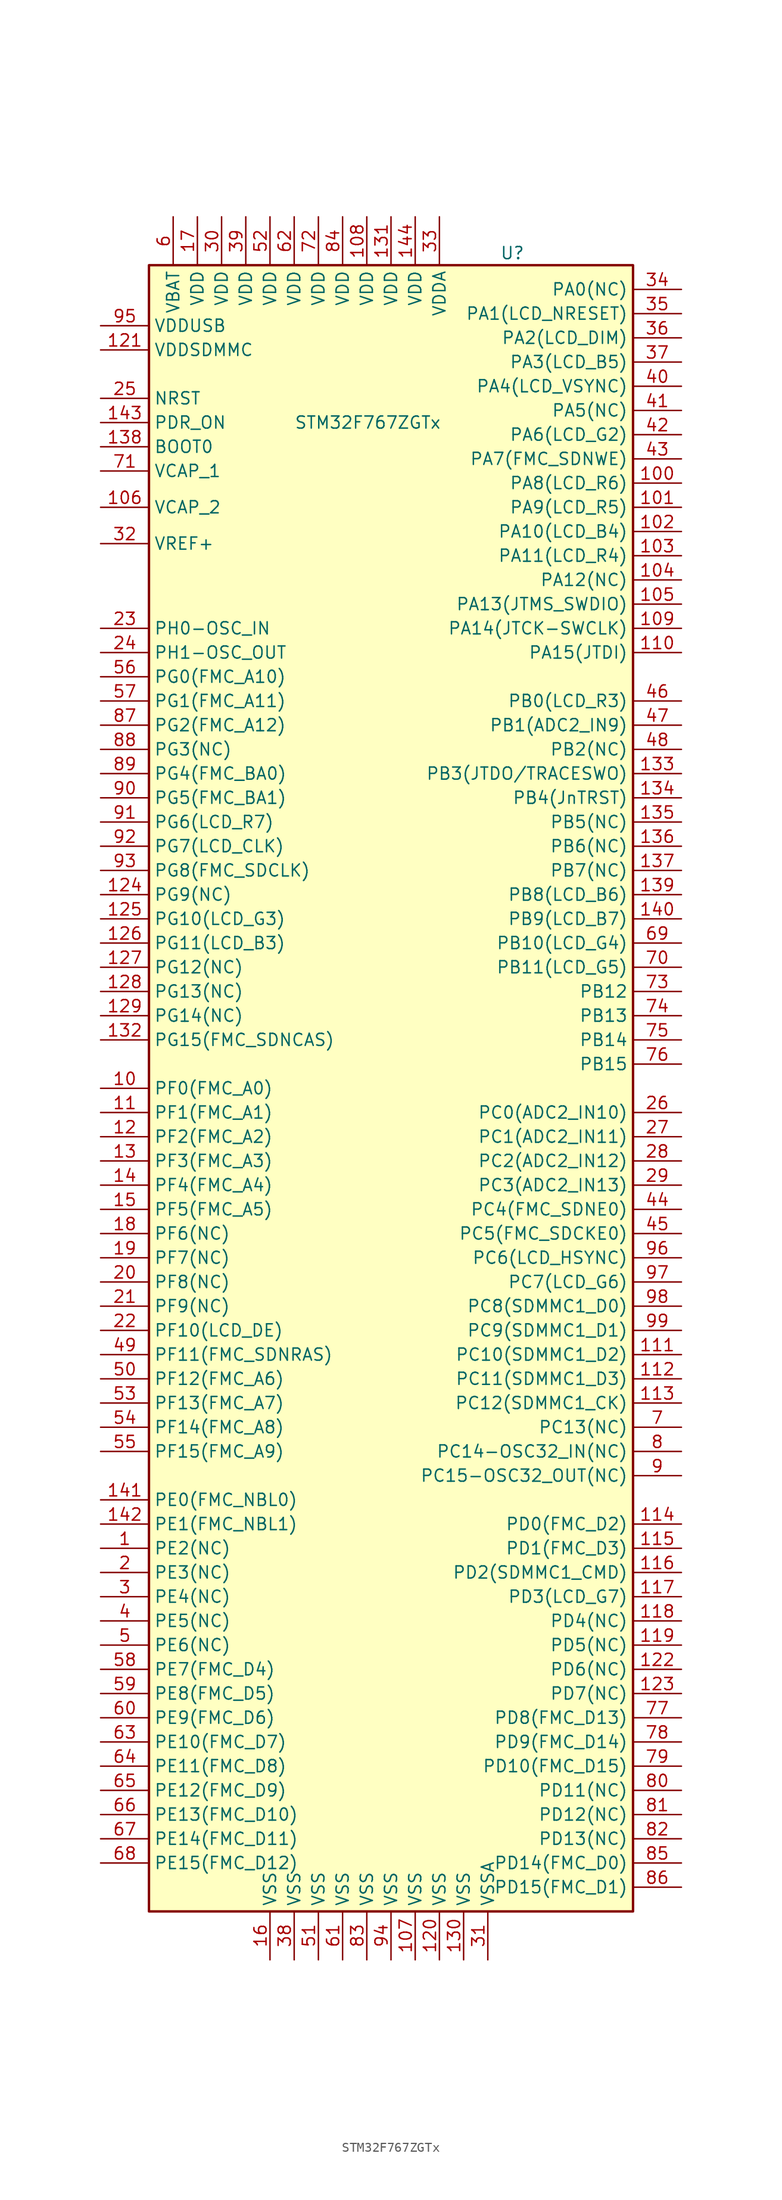
<source format=kicad_sym>
(kicad_symbol_lib
  (version 20201005)
  (generator kicad_symbol_editor)
  (symbol "STM32F767ZGTx"
    (property "Reference" "U"
      (at 11.43 87.63 0)
      (effects (font (size 1.27 1.27)) (justify left)))
    (property "Value" "STM32F767ZGTx"
      (at -10.16 69.85 0)
      (effects (font (size 1.27 1.27)) (justify left)))
    (symbol "STM32F767ZGTx_0_1"
      (rectangle (start -25.4 -86.36) (end 25.4 86.36) (stroke (width 0.254)) (fill (type background))))
    (symbol "STM32F767ZGTx_1_1"
      (pin bidirectional line (at -30.48 -48.26 0) (length 5.08) (name "PE2(NC)" (effects (font (size 1.27 1.27)))) (number "1" (effects (font (size 1.27 1.27)))))
      (pin bidirectional line (at -30.48 0 0) (length 5.08) (name "PF0(FMC_A0)" (effects (font (size 1.27 1.27)))) (number "10" (effects (font (size 1.27 1.27)))))
      (pin bidirectional line (at 30.48 63.5 180) (length 5.08) (name "PA8(LCD_R6)" (effects (font (size 1.27 1.27)))) (number "100" (effects (font (size 1.27 1.27)))))
      (pin bidirectional line (at 30.48 60.96 180) (length 5.08) (name "PA9(LCD_R5)" (effects (font (size 1.27 1.27)))) (number "101" (effects (font (size 1.27 1.27)))))
      (pin bidirectional line (at 30.48 58.42 180) (length 5.08) (name "PA10(LCD_B4)" (effects (font (size 1.27 1.27)))) (number "102" (effects (font (size 1.27 1.27)))))
      (pin bidirectional line (at 30.48 55.88 180) (length 5.08) (name "PA11(LCD_R4)" (effects (font (size 1.27 1.27)))) (number "103" (effects (font (size 1.27 1.27)))))
      (pin bidirectional line (at 30.48 53.34 180) (length 5.08) (name "PA12(NC)" (effects (font (size 1.27 1.27)))) (number "104" (effects (font (size 1.27 1.27)))))
      (pin bidirectional line (at 30.48 50.8 180) (length 5.08) (name "PA13(JTMS_SWDIO)" (effects (font (size 1.27 1.27)))) (number "105" (effects (font (size 1.27 1.27)))))
      (pin power_in line (at -30.48 60.96 0) (length 5.08) (name "VCAP_2" (effects (font (size 1.27 1.27)))) (number "106" (effects (font (size 1.27 1.27)))))
      (pin power_in line (at 2.54 -91.44 90) (length 5.08) (name "VSS" (effects (font (size 1.27 1.27)))) (number "107" (effects (font (size 1.27 1.27)))))
      (pin power_in line (at -2.54 91.44 270) (length 5.08) (name "VDD" (effects (font (size 1.27 1.27)))) (number "108" (effects (font (size 1.27 1.27)))))
      (pin bidirectional line (at 30.48 48.26 180) (length 5.08) (name "PA14(JTCK-SWCLK)" (effects (font (size 1.27 1.27)))) (number "109" (effects (font (size 1.27 1.27)))))
      (pin bidirectional line (at -30.48 -2.54 0) (length 5.08) (name "PF1(FMC_A1)" (effects (font (size 1.27 1.27)))) (number "11" (effects (font (size 1.27 1.27)))))
      (pin bidirectional line (at 30.48 45.72 180) (length 5.08) (name "PA15(JTDI)" (effects (font (size 1.27 1.27)))) (number "110" (effects (font (size 1.27 1.27)))))
      (pin bidirectional line (at 30.48 -27.94 180) (length 5.08) (name "PC10(SDMMC1_D2)" (effects (font (size 1.27 1.27)))) (number "111" (effects (font (size 1.27 1.27)))))
      (pin bidirectional line (at 30.48 -30.48 180) (length 5.08) (name "PC11(SDMMC1_D3)" (effects (font (size 1.27 1.27)))) (number "112" (effects (font (size 1.27 1.27)))))
      (pin bidirectional line (at 30.48 -33.02 180) (length 5.08) (name "PC12(SDMMC1_CK)" (effects (font (size 1.27 1.27)))) (number "113" (effects (font (size 1.27 1.27)))))
      (pin bidirectional line (at 30.48 -45.72 180) (length 5.08) (name "PD0(FMC_D2)" (effects (font (size 1.27 1.27)))) (number "114" (effects (font (size 1.27 1.27)))))
      (pin bidirectional line (at 30.48 -48.26 180) (length 5.08) (name "PD1(FMC_D3)" (effects (font (size 1.27 1.27)))) (number "115" (effects (font (size 1.27 1.27)))))
      (pin bidirectional line (at 30.48 -50.8 180) (length 5.08) (name "PD2(SDMMC1_CMD)" (effects (font (size 1.27 1.27)))) (number "116" (effects (font (size 1.27 1.27)))))
      (pin bidirectional line (at 30.48 -53.34 180) (length 5.08) (name "PD3(LCD_G7)" (effects (font (size 1.27 1.27)))) (number "117" (effects (font (size 1.27 1.27)))))
      (pin bidirectional line (at 30.48 -55.88 180) (length 5.08) (name "PD4(NC)" (effects (font (size 1.27 1.27)))) (number "118" (effects (font (size 1.27 1.27)))))
      (pin bidirectional line (at 30.48 -58.42 180) (length 5.08) (name "PD5(NC)" (effects (font (size 1.27 1.27)))) (number "119" (effects (font (size 1.27 1.27)))))
      (pin bidirectional line (at -30.48 -5.08 0) (length 5.08) (name "PF2(FMC_A2)" (effects (font (size 1.27 1.27)))) (number "12" (effects (font (size 1.27 1.27)))))
      (pin power_in line (at 5.08 -91.44 90) (length 5.08) (name "VSS" (effects (font (size 1.27 1.27)))) (number "120" (effects (font (size 1.27 1.27)))))
      (pin power_in line (at -30.48 77.47 0) (length 5.08) (name "VDDSDMMC" (effects (font (size 1.27 1.27)))) (number "121" (effects (font (size 1.27 1.27)))))
      (pin bidirectional line (at 30.48 -60.96 180) (length 5.08) (name "PD6(NC)" (effects (font (size 1.27 1.27)))) (number "122" (effects (font (size 1.27 1.27)))))
      (pin bidirectional line (at 30.48 -63.5 180) (length 5.08) (name "PD7(NC)" (effects (font (size 1.27 1.27)))) (number "123" (effects (font (size 1.27 1.27)))))
      (pin bidirectional line (at -30.48 20.32 0) (length 5.08) (name "PG9(NC)" (effects (font (size 1.27 1.27)))) (number "124" (effects (font (size 1.27 1.27)))))
      (pin bidirectional line (at -30.48 17.78 0) (length 5.08) (name "PG10(LCD_G3)" (effects (font (size 1.27 1.27)))) (number "125" (effects (font (size 1.27 1.27)))))
      (pin bidirectional line (at -30.48 15.24 0) (length 5.08) (name "PG11(LCD_B3)" (effects (font (size 1.27 1.27)))) (number "126" (effects (font (size 1.27 1.27)))))
      (pin bidirectional line (at -30.48 12.7 0) (length 5.08) (name "PG12(NC)" (effects (font (size 1.27 1.27)))) (number "127" (effects (font (size 1.27 1.27)))))
      (pin bidirectional line (at -30.48 10.16 0) (length 5.08) (name "PG13(NC)" (effects (font (size 1.27 1.27)))) (number "128" (effects (font (size 1.27 1.27)))))
      (pin bidirectional line (at -30.48 7.62 0) (length 5.08) (name "PG14(NC)" (effects (font (size 1.27 1.27)))) (number "129" (effects (font (size 1.27 1.27)))))
      (pin bidirectional line (at -30.48 -7.62 0) (length 5.08) (name "PF3(FMC_A3)" (effects (font (size 1.27 1.27)))) (number "13" (effects (font (size 1.27 1.27)))))
      (pin power_in line (at 7.62 -91.44 90) (length 5.08) (name "VSS" (effects (font (size 1.27 1.27)))) (number "130" (effects (font (size 1.27 1.27)))))
      (pin power_in line (at 0 91.44 270) (length 5.08) (name "VDD" (effects (font (size 1.27 1.27)))) (number "131" (effects (font (size 1.27 1.27)))))
      (pin bidirectional line (at -30.48 5.08 0) (length 5.08) (name "PG15(FMC_SDNCAS)" (effects (font (size 1.27 1.27)))) (number "132" (effects (font (size 1.27 1.27)))))
      (pin bidirectional line (at 30.48 33.02 180) (length 5.08) (name "PB3(JTDO/TRACESWO)" (effects (font (size 1.27 1.27)))) (number "133" (effects (font (size 1.27 1.27)))))
      (pin bidirectional line (at 30.48 30.48 180) (length 5.08) (name "PB4(JnTRST)" (effects (font (size 1.27 1.27)))) (number "134" (effects (font (size 1.27 1.27)))))
      (pin bidirectional line (at 30.48 27.94 180) (length 5.08) (name "PB5(NC)" (effects (font (size 1.27 1.27)))) (number "135" (effects (font (size 1.27 1.27)))))
      (pin bidirectional line (at 30.48 25.4 180) (length 5.08) (name "PB6(NC)" (effects (font (size 1.27 1.27)))) (number "136" (effects (font (size 1.27 1.27)))))
      (pin bidirectional line (at 30.48 22.86 180) (length 5.08) (name "PB7(NC)" (effects (font (size 1.27 1.27)))) (number "137" (effects (font (size 1.27 1.27)))))
      (pin input line (at -30.48 67.31 0) (length 5.08) (name "BOOT0" (effects (font (size 1.27 1.27)))) (number "138" (effects (font (size 1.27 1.27)))))
      (pin bidirectional line (at 30.48 20.32 180) (length 5.08) (name "PB8(LCD_B6)" (effects (font (size 1.27 1.27)))) (number "139" (effects (font (size 1.27 1.27)))))
      (pin bidirectional line (at -30.48 -10.16 0) (length 5.08) (name "PF4(FMC_A4)" (effects (font (size 1.27 1.27)))) (number "14" (effects (font (size 1.27 1.27)))))
      (pin bidirectional line (at 30.48 17.78 180) (length 5.08) (name "PB9(LCD_B7)" (effects (font (size 1.27 1.27)))) (number "140" (effects (font (size 1.27 1.27)))))
      (pin bidirectional line (at -30.48 -43.18 0) (length 5.08) (name "PE0(FMC_NBL0)" (effects (font (size 1.27 1.27)))) (number "141" (effects (font (size 1.27 1.27)))))
      (pin bidirectional line (at -30.48 -45.72 0) (length 5.08) (name "PE1(FMC_NBL1)" (effects (font (size 1.27 1.27)))) (number "142" (effects (font (size 1.27 1.27)))))
      (pin input line (at -30.48 69.85 0) (length 5.08) (name "PDR_ON" (effects (font (size 1.27 1.27)))) (number "143" (effects (font (size 1.27 1.27)))))
      (pin power_in line (at 2.54 91.44 270) (length 5.08) (name "VDD" (effects (font (size 1.27 1.27)))) (number "144" (effects (font (size 1.27 1.27)))))
      (pin bidirectional line (at -30.48 -12.7 0) (length 5.08) (name "PF5(FMC_A5)" (effects (font (size 1.27 1.27)))) (number "15" (effects (font (size 1.27 1.27)))))
      (pin power_in line (at -12.7 -91.44 90) (length 5.08) (name "VSS" (effects (font (size 1.27 1.27)))) (number "16" (effects (font (size 1.27 1.27)))))
      (pin power_in line (at -20.32 91.44 270) (length 5.08) (name "VDD" (effects (font (size 1.27 1.27)))) (number "17" (effects (font (size 1.27 1.27)))))
      (pin bidirectional line (at -30.48 -15.24 0) (length 5.08) (name "PF6(NC)" (effects (font (size 1.27 1.27)))) (number "18" (effects (font (size 1.27 1.27)))))
      (pin bidirectional line (at -30.48 -17.78 0) (length 5.08) (name "PF7(NC)" (effects (font (size 1.27 1.27)))) (number "19" (effects (font (size 1.27 1.27)))))
      (pin bidirectional line (at -30.48 -50.8 0) (length 5.08) (name "PE3(NC)" (effects (font (size 1.27 1.27)))) (number "2" (effects (font (size 1.27 1.27)))))
      (pin bidirectional line (at -30.48 -20.32 0) (length 5.08) (name "PF8(NC)" (effects (font (size 1.27 1.27)))) (number "20" (effects (font (size 1.27 1.27)))))
      (pin bidirectional line (at -30.48 -22.86 0) (length 5.08) (name "PF9(NC)" (effects (font (size 1.27 1.27)))) (number "21" (effects (font (size 1.27 1.27)))))
      (pin bidirectional line (at -30.48 -25.4 0) (length 5.08) (name "PF10(LCD_DE)" (effects (font (size 1.27 1.27)))) (number "22" (effects (font (size 1.27 1.27)))))
      (pin input line (at -30.48 48.26 0) (length 5.08) (name "PH0-OSC_IN" (effects (font (size 1.27 1.27)))) (number "23" (effects (font (size 1.27 1.27)))))
      (pin input line (at -30.48 45.72 0) (length 5.08) (name "PH1-OSC_OUT" (effects (font (size 1.27 1.27)))) (number "24" (effects (font (size 1.27 1.27)))))
      (pin input line (at -30.48 72.39 0) (length 5.08) (name "NRST" (effects (font (size 1.27 1.27)))) (number "25" (effects (font (size 1.27 1.27)))))
      (pin bidirectional line (at 30.48 -2.54 180) (length 5.08) (name "PC0(ADC2_IN10)" (effects (font (size 1.27 1.27)))) (number "26" (effects (font (size 1.27 1.27)))))
      (pin bidirectional line (at 30.48 -5.08 180) (length 5.08) (name "PC1(ADC2_IN11)" (effects (font (size 1.27 1.27)))) (number "27" (effects (font (size 1.27 1.27)))))
      (pin bidirectional line (at 30.48 -7.62 180) (length 5.08) (name "PC2(ADC2_IN12)" (effects (font (size 1.27 1.27)))) (number "28" (effects (font (size 1.27 1.27)))))
      (pin bidirectional line (at 30.48 -10.16 180) (length 5.08) (name "PC3(ADC2_IN13)" (effects (font (size 1.27 1.27)))) (number "29" (effects (font (size 1.27 1.27)))))
      (pin bidirectional line (at -30.48 -53.34 0) (length 5.08) (name "PE4(NC)" (effects (font (size 1.27 1.27)))) (number "3" (effects (font (size 1.27 1.27)))))
      (pin power_in line (at -17.78 91.44 270) (length 5.08) (name "VDD" (effects (font (size 1.27 1.27)))) (number "30" (effects (font (size 1.27 1.27)))))
      (pin power_in line (at 10.16 -91.44 90) (length 5.08) (name "VSSA" (effects (font (size 1.27 1.27)))) (number "31" (effects (font (size 1.27 1.27)))))
      (pin power_in line (at -30.48 57.15 0) (length 5.08) (name "VREF+" (effects (font (size 1.27 1.27)))) (number "32" (effects (font (size 1.27 1.27)))))
      (pin power_in line (at 5.08 91.44 270) (length 5.08) (name "VDDA" (effects (font (size 1.27 1.27)))) (number "33" (effects (font (size 1.27 1.27)))))
      (pin bidirectional line (at 30.48 83.82 180) (length 5.08) (name "PA0(NC)" (effects (font (size 1.27 1.27)))) (number "34" (effects (font (size 1.27 1.27)))))
      (pin bidirectional line (at 30.48 81.28 180) (length 5.08) (name "PA1(LCD_NRESET)" (effects (font (size 1.27 1.27)))) (number "35" (effects (font (size 1.27 1.27)))))
      (pin bidirectional line (at 30.48 78.74 180) (length 5.08) (name "PA2(LCD_DIM)" (effects (font (size 1.27 1.27)))) (number "36" (effects (font (size 1.27 1.27)))))
      (pin bidirectional line (at 30.48 76.2 180) (length 5.08) (name "PA3(LCD_B5)" (effects (font (size 1.27 1.27)))) (number "37" (effects (font (size 1.27 1.27)))))
      (pin power_in line (at -10.16 -91.44 90) (length 5.08) (name "VSS" (effects (font (size 1.27 1.27)))) (number "38" (effects (font (size 1.27 1.27)))))
      (pin power_in line (at -15.24 91.44 270) (length 5.08) (name "VDD" (effects (font (size 1.27 1.27)))) (number "39" (effects (font (size 1.27 1.27)))))
      (pin bidirectional line (at -30.48 -55.88 0) (length 5.08) (name "PE5(NC)" (effects (font (size 1.27 1.27)))) (number "4" (effects (font (size 1.27 1.27)))))
      (pin bidirectional line (at 30.48 73.66 180) (length 5.08) (name "PA4(LCD_VSYNC)" (effects (font (size 1.27 1.27)))) (number "40" (effects (font (size 1.27 1.27)))))
      (pin bidirectional line (at 30.48 71.12 180) (length 5.08) (name "PA5(NC)" (effects (font (size 1.27 1.27)))) (number "41" (effects (font (size 1.27 1.27)))))
      (pin bidirectional line (at 30.48 68.58 180) (length 5.08) (name "PA6(LCD_G2)" (effects (font (size 1.27 1.27)))) (number "42" (effects (font (size 1.27 1.27)))))
      (pin bidirectional line (at 30.48 66.04 180) (length 5.08) (name "PA7(FMC_SDNWE)" (effects (font (size 1.27 1.27)))) (number "43" (effects (font (size 1.27 1.27)))))
      (pin bidirectional line (at 30.48 -12.7 180) (length 5.08) (name "PC4(FMC_SDNE0)" (effects (font (size 1.27 1.27)))) (number "44" (effects (font (size 1.27 1.27)))))
      (pin bidirectional line (at 30.48 -15.24 180) (length 5.08) (name "PC5(FMC_SDCKE0)" (effects (font (size 1.27 1.27)))) (number "45" (effects (font (size 1.27 1.27)))))
      (pin bidirectional line (at 30.48 40.64 180) (length 5.08) (name "PB0(LCD_R3)" (effects (font (size 1.27 1.27)))) (number "46" (effects (font (size 1.27 1.27)))))
      (pin bidirectional line (at 30.48 38.1 180) (length 5.08) (name "PB1(ADC2_IN9)" (effects (font (size 1.27 1.27)))) (number "47" (effects (font (size 1.27 1.27)))))
      (pin bidirectional line (at 30.48 35.56 180) (length 5.08) (name "PB2(NC)" (effects (font (size 1.27 1.27)))) (number "48" (effects (font (size 1.27 1.27)))))
      (pin bidirectional line (at -30.48 -27.94 0) (length 5.08) (name "PF11(FMC_SDNRAS)" (effects (font (size 1.27 1.27)))) (number "49" (effects (font (size 1.27 1.27)))))
      (pin bidirectional line (at -30.48 -58.42 0) (length 5.08) (name "PE6(NC)" (effects (font (size 1.27 1.27)))) (number "5" (effects (font (size 1.27 1.27)))))
      (pin bidirectional line (at -30.48 -30.48 0) (length 5.08) (name "PF12(FMC_A6)" (effects (font (size 1.27 1.27)))) (number "50" (effects (font (size 1.27 1.27)))))
      (pin power_in line (at -7.62 -91.44 90) (length 5.08) (name "VSS" (effects (font (size 1.27 1.27)))) (number "51" (effects (font (size 1.27 1.27)))))
      (pin power_in line (at -12.7 91.44 270) (length 5.08) (name "VDD" (effects (font (size 1.27 1.27)))) (number "52" (effects (font (size 1.27 1.27)))))
      (pin bidirectional line (at -30.48 -33.02 0) (length 5.08) (name "PF13(FMC_A7)" (effects (font (size 1.27 1.27)))) (number "53" (effects (font (size 1.27 1.27)))))
      (pin bidirectional line (at -30.48 -35.56 0) (length 5.08) (name "PF14(FMC_A8)" (effects (font (size 1.27 1.27)))) (number "54" (effects (font (size 1.27 1.27)))))
      (pin bidirectional line (at -30.48 -38.1 0) (length 5.08) (name "PF15(FMC_A9)" (effects (font (size 1.27 1.27)))) (number "55" (effects (font (size 1.27 1.27)))))
      (pin bidirectional line (at -30.48 43.18 0) (length 5.08) (name "PG0(FMC_A10)" (effects (font (size 1.27 1.27)))) (number "56" (effects (font (size 1.27 1.27)))))
      (pin bidirectional line (at -30.48 40.64 0) (length 5.08) (name "PG1(FMC_A11)" (effects (font (size 1.27 1.27)))) (number "57" (effects (font (size 1.27 1.27)))))
      (pin bidirectional line (at -30.48 -60.96 0) (length 5.08) (name "PE7(FMC_D4)" (effects (font (size 1.27 1.27)))) (number "58" (effects (font (size 1.27 1.27)))))
      (pin bidirectional line (at -30.48 -63.5 0) (length 5.08) (name "PE8(FMC_D5)" (effects (font (size 1.27 1.27)))) (number "59" (effects (font (size 1.27 1.27)))))
      (pin power_in line (at -22.86 91.44 270) (length 5.08) (name "VBAT" (effects (font (size 1.27 1.27)))) (number "6" (effects (font (size 1.27 1.27)))))
      (pin bidirectional line (at -30.48 -66.04 0) (length 5.08) (name "PE9(FMC_D6)" (effects (font (size 1.27 1.27)))) (number "60" (effects (font (size 1.27 1.27)))))
      (pin power_in line (at -5.08 -91.44 90) (length 5.08) (name "VSS" (effects (font (size 1.27 1.27)))) (number "61" (effects (font (size 1.27 1.27)))))
      (pin power_in line (at -10.16 91.44 270) (length 5.08) (name "VDD" (effects (font (size 1.27 1.27)))) (number "62" (effects (font (size 1.27 1.27)))))
      (pin bidirectional line (at -30.48 -68.58 0) (length 5.08) (name "PE10(FMC_D7)" (effects (font (size 1.27 1.27)))) (number "63" (effects (font (size 1.27 1.27)))))
      (pin bidirectional line (at -30.48 -71.12 0) (length 5.08) (name "PE11(FMC_D8)" (effects (font (size 1.27 1.27)))) (number "64" (effects (font (size 1.27 1.27)))))
      (pin bidirectional line (at -30.48 -73.66 0) (length 5.08) (name "PE12(FMC_D9)" (effects (font (size 1.27 1.27)))) (number "65" (effects (font (size 1.27 1.27)))))
      (pin bidirectional line (at -30.48 -76.2 0) (length 5.08) (name "PE13(FMC_D10)" (effects (font (size 1.27 1.27)))) (number "66" (effects (font (size 1.27 1.27)))))
      (pin bidirectional line (at -30.48 -78.74 0) (length 5.08) (name "PE14(FMC_D11)" (effects (font (size 1.27 1.27)))) (number "67" (effects (font (size 1.27 1.27)))))
      (pin bidirectional line (at -30.48 -81.28 0) (length 5.08) (name "PE15(FMC_D12)" (effects (font (size 1.27 1.27)))) (number "68" (effects (font (size 1.27 1.27)))))
      (pin bidirectional line (at 30.48 15.24 180) (length 5.08) (name "PB10(LCD_G4)" (effects (font (size 1.27 1.27)))) (number "69" (effects (font (size 1.27 1.27)))))
      (pin bidirectional line (at 30.48 -35.56 180) (length 5.08) (name "PC13(NC)" (effects (font (size 1.27 1.27)))) (number "7" (effects (font (size 1.27 1.27)))))
      (pin bidirectional line (at 30.48 12.7 180) (length 5.08) (name "PB11(LCD_G5)" (effects (font (size 1.27 1.27)))) (number "70" (effects (font (size 1.27 1.27)))))
      (pin power_in line (at -30.48 64.77 0) (length 5.08) (name "VCAP_1" (effects (font (size 1.27 1.27)))) (number "71" (effects (font (size 1.27 1.27)))))
      (pin power_in line (at -7.62 91.44 270) (length 5.08) (name "VDD" (effects (font (size 1.27 1.27)))) (number "72" (effects (font (size 1.27 1.27)))))
      (pin bidirectional line (at 30.48 10.16 180) (length 5.08) (name "PB12" (effects (font (size 1.27 1.27)))) (number "73" (effects (font (size 1.27 1.27)))))
      (pin bidirectional line (at 30.48 7.62 180) (length 5.08) (name "PB13" (effects (font (size 1.27 1.27)))) (number "74" (effects (font (size 1.27 1.27)))))
      (pin bidirectional line (at 30.48 5.08 180) (length 5.08) (name "PB14" (effects (font (size 1.27 1.27)))) (number "75" (effects (font (size 1.27 1.27)))))
      (pin bidirectional line (at 30.48 2.54 180) (length 5.08) (name "PB15" (effects (font (size 1.27 1.27)))) (number "76" (effects (font (size 1.27 1.27)))))
      (pin bidirectional line (at 30.48 -66.04 180) (length 5.08) (name "PD8(FMC_D13)" (effects (font (size 1.27 1.27)))) (number "77" (effects (font (size 1.27 1.27)))))
      (pin bidirectional line (at 30.48 -68.58 180) (length 5.08) (name "PD9(FMC_D14)" (effects (font (size 1.27 1.27)))) (number "78" (effects (font (size 1.27 1.27)))))
      (pin bidirectional line (at 30.48 -71.12 180) (length 5.08) (name "PD10(FMC_D15)" (effects (font (size 1.27 1.27)))) (number "79" (effects (font (size 1.27 1.27)))))
      (pin bidirectional line (at 30.48 -38.1 180) (length 5.08) (name "PC14-OSC32_IN(NC)" (effects (font (size 1.27 1.27)))) (number "8" (effects (font (size 1.27 1.27)))))
      (pin bidirectional line (at 30.48 -73.66 180) (length 5.08) (name "PD11(NC)" (effects (font (size 1.27 1.27)))) (number "80" (effects (font (size 1.27 1.27)))))
      (pin bidirectional line (at 30.48 -76.2 180) (length 5.08) (name "PD12(NC)" (effects (font (size 1.27 1.27)))) (number "81" (effects (font (size 1.27 1.27)))))
      (pin bidirectional line (at 30.48 -78.74 180) (length 5.08) (name "PD13(NC)" (effects (font (size 1.27 1.27)))) (number "82" (effects (font (size 1.27 1.27)))))
      (pin power_in line (at -2.54 -91.44 90) (length 5.08) (name "VSS" (effects (font (size 1.27 1.27)))) (number "83" (effects (font (size 1.27 1.27)))))
      (pin power_in line (at -5.08 91.44 270) (length 5.08) (name "VDD" (effects (font (size 1.27 1.27)))) (number "84" (effects (font (size 1.27 1.27)))))
      (pin bidirectional line (at 30.48 -81.28 180) (length 5.08) (name "PD14(FMC_D0)" (effects (font (size 1.27 1.27)))) (number "85" (effects (font (size 1.27 1.27)))))
      (pin bidirectional line (at 30.48 -83.82 180) (length 5.08) (name "PD15(FMC_D1)" (effects (font (size 1.27 1.27)))) (number "86" (effects (font (size 1.27 1.27)))))
      (pin bidirectional line (at -30.48 38.1 0) (length 5.08) (name "PG2(FMC_A12)" (effects (font (size 1.27 1.27)))) (number "87" (effects (font (size 1.27 1.27)))))
      (pin bidirectional line (at -30.48 35.56 0) (length 5.08) (name "PG3(NC)" (effects (font (size 1.27 1.27)))) (number "88" (effects (font (size 1.27 1.27)))))
      (pin bidirectional line (at -30.48 33.02 0) (length 5.08) (name "PG4(FMC_BA0)" (effects (font (size 1.27 1.27)))) (number "89" (effects (font (size 1.27 1.27)))))
      (pin bidirectional line (at 30.48 -40.64 180) (length 5.08) (name "PC15-OSC32_OUT(NC)" (effects (font (size 1.27 1.27)))) (number "9" (effects (font (size 1.27 1.27)))))
      (pin bidirectional line (at -30.48 30.48 0) (length 5.08) (name "PG5(FMC_BA1)" (effects (font (size 1.27 1.27)))) (number "90" (effects (font (size 1.27 1.27)))))
      (pin bidirectional line (at -30.48 27.94 0) (length 5.08) (name "PG6(LCD_R7)" (effects (font (size 1.27 1.27)))) (number "91" (effects (font (size 1.27 1.27)))))
      (pin bidirectional line (at -30.48 25.4 0) (length 5.08) (name "PG7(LCD_CLK)" (effects (font (size 1.27 1.27)))) (number "92" (effects (font (size 1.27 1.27)))))
      (pin bidirectional line (at -30.48 22.86 0) (length 5.08) (name "PG8(FMC_SDCLK)" (effects (font (size 1.27 1.27)))) (number "93" (effects (font (size 1.27 1.27)))))
      (pin power_in line (at 0 -91.44 90) (length 5.08) (name "VSS" (effects (font (size 1.27 1.27)))) (number "94" (effects (font (size 1.27 1.27)))))
      (pin power_in line (at -30.48 80.01 0) (length 5.08) (name "VDDUSB" (effects (font (size 1.27 1.27)))) (number "95" (effects (font (size 1.27 1.27)))))
      (pin bidirectional line (at 30.48 -17.78 180) (length 5.08) (name "PC6(LCD_HSYNC)" (effects (font (size 1.27 1.27)))) (number "96" (effects (font (size 1.27 1.27)))))
      (pin bidirectional line (at 30.48 -20.32 180) (length 5.08) (name "PC7(LCD_G6)" (effects (font (size 1.27 1.27)))) (number "97" (effects (font (size 1.27 1.27)))))
      (pin bidirectional line (at 30.48 -22.86 180) (length 5.08) (name "PC8(SDMMC1_D0)" (effects (font (size 1.27 1.27)))) (number "98" (effects (font (size 1.27 1.27)))))
      (pin bidirectional line (at 30.48 -25.4 180) (length 5.08) (name "PC9(SDMMC1_D1)" (effects (font (size 1.27 1.27)))) (number "99" (effects (font (size 1.27 1.27))))))))
</source>
